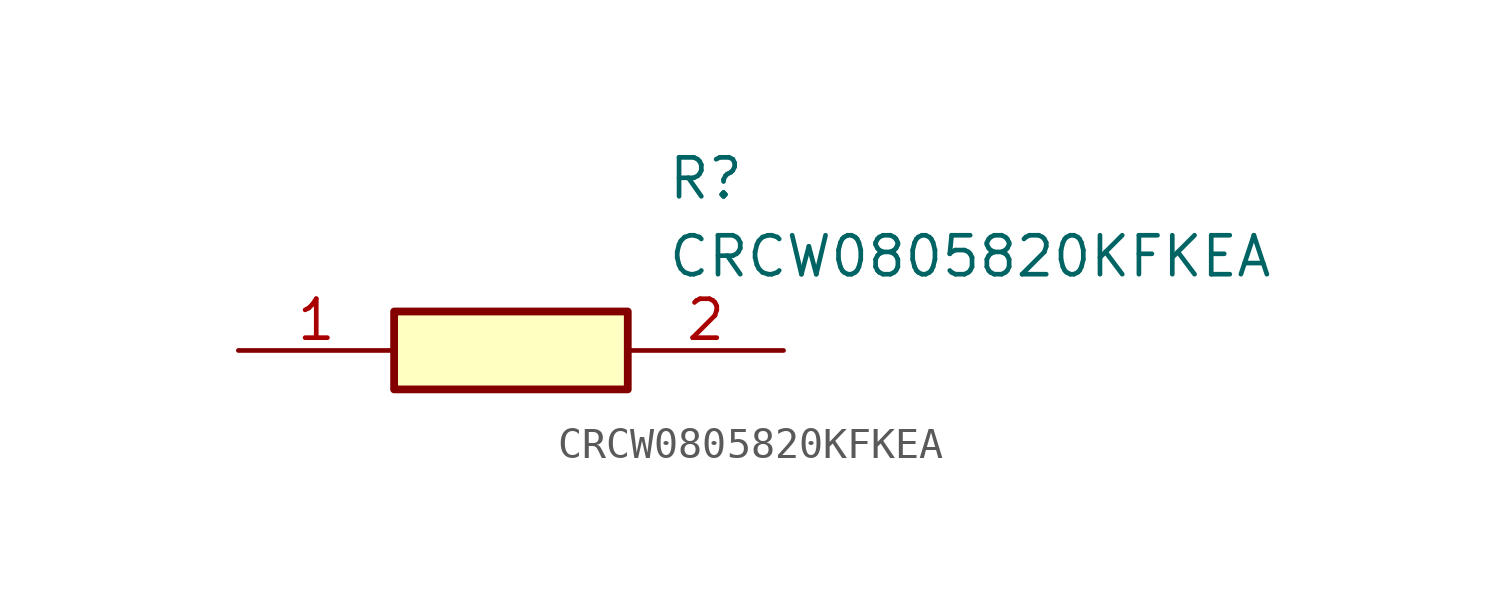
<source format=kicad_sym>
(kicad_symbol_lib
  (version 20211014)
  (generator SamacSys_ECAD_Model)
  (symbol "CRCW0805820KFKEA"
    (pin_names hide)
    (property "Reference" "R"
      (at 13.97 6.35 0)
      (effects (font (size 1.27 1.27)) (justify left top)))
    (property "Value" "CRCW0805820KFKEA"
      (at 13.97 3.81 0)
      (effects (font (size 1.27 1.27)) (justify left top)))
    (rectangle
      (start 5.08 1.27)
      (end 12.7 -1.27)
      (stroke (width 0.254) (type default))
      (fill (type background)))
    (pin passive line
      (at 0 0 0)
      (length 5.08)
      (name "1" (effects (font (size 1.27 1.27))))
      (number "1" (effects (font (size 1.27 1.27)))))
    (pin passive line
      (at 17.78 0 180)
      (length 5.08)
      (name "2" (effects (font (size 1.27 1.27))))
      (number "2" (effects (font (size 1.27 1.27)))))))
</source>
